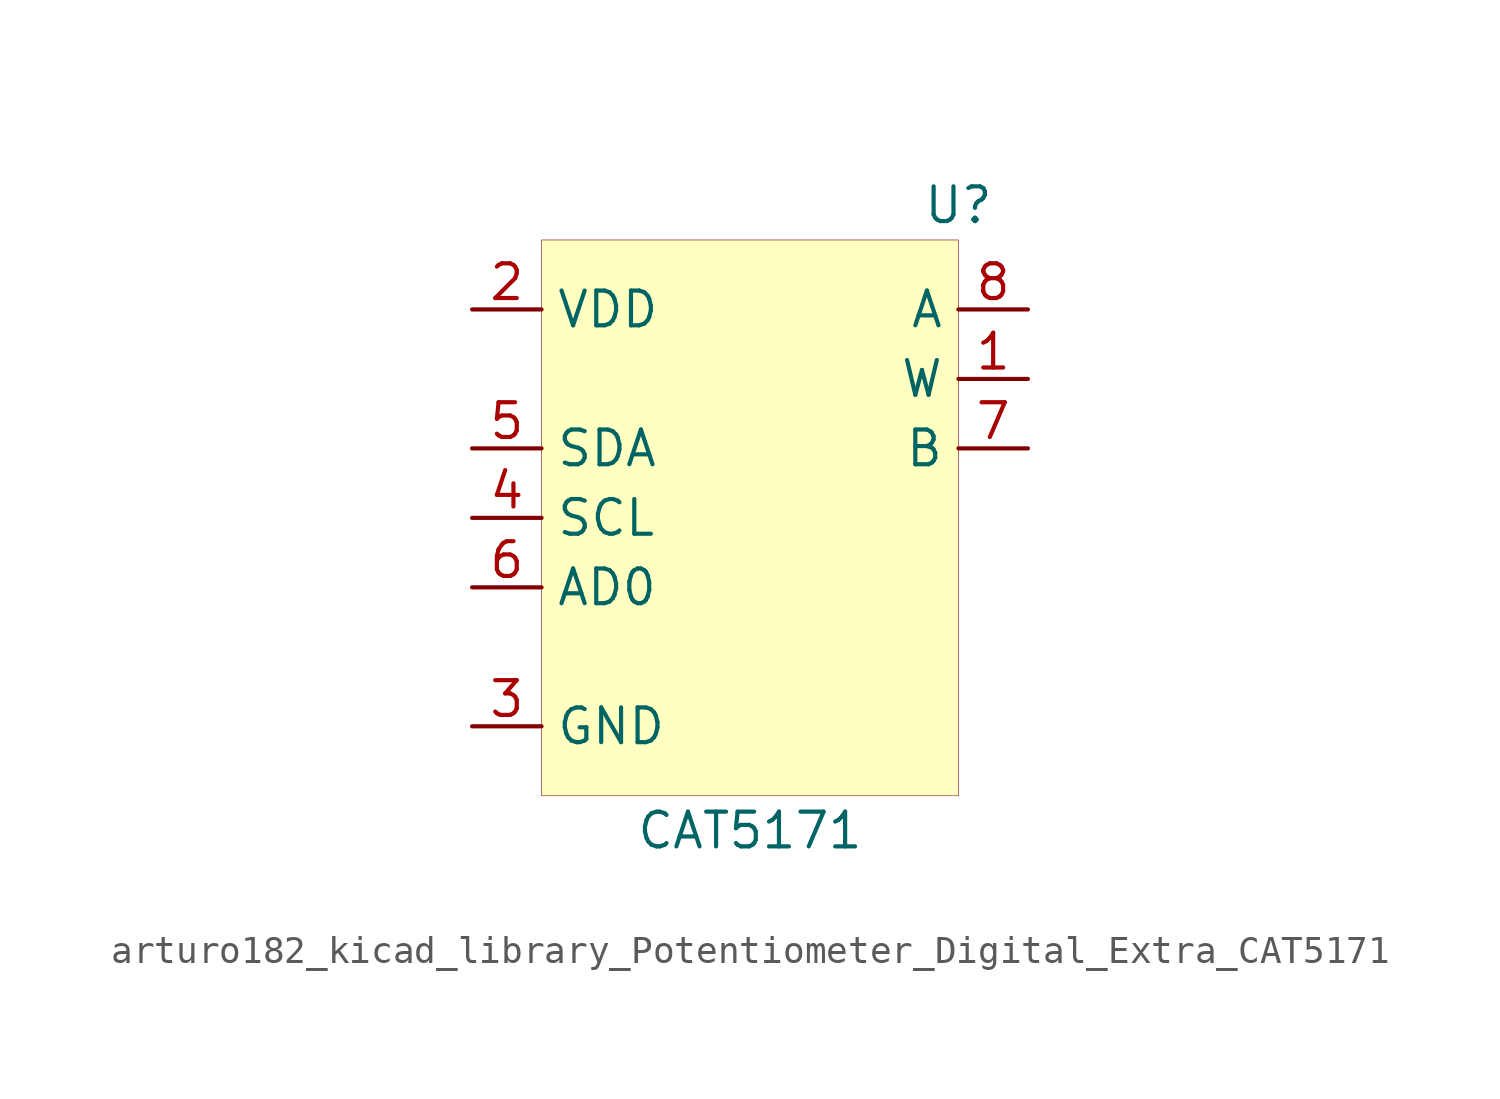
<source format=kicad_sym>
(kicad_symbol_lib
  (version 20220914)
  (generator kicad_symbol_editor)
  (symbol "Potentiometer_Digital_Extra:arturo182_kicad_library_Potentiometer_Digital_Extra_CAT5171"
    (property "Reference" "U"
      (at 7.62 11.43 0)
      (effects (font (size 1.27 1.27))))
    (property "Value" "CAT5171"
      (at 0 -11.43 0)
      (effects (font (size 1.27 1.27))))
    (symbol "arturo182_kicad_library_Potentiometer_Digital_Extra_CAT5171_0_1"
      (rectangle (start -7.62 10.16) (end 7.62 -10.16) (stroke (width 0.001)) (fill (type background))))
    (symbol "arturo182_kicad_library_Potentiometer_Digital_Extra_CAT5171_0_0"
      (pin passive line (at 10.16 5.08 180) (length 2.54) (name "W" (effects (font (size 1.27 1.27)))) (number "1" (effects (font (size 1.27 1.27)))))
      (pin power_in line (at -10.16 7.62 0) (length 2.54) (name "VDD" (effects (font (size 1.27 1.27)))) (number "2" (effects (font (size 1.27 1.27)))))
      (pin power_in line (at -10.16 -7.62 0) (length 2.54) (name "GND" (effects (font (size 1.27 1.27)))) (number "3" (effects (font (size 1.27 1.27)))))
      (pin input line (at -10.16 0 0) (length 2.54) (name "SCL" (effects (font (size 1.27 1.27)))) (number "4" (effects (font (size 1.27 1.27)))))
      (pin bidirectional line (at -10.16 2.54 0) (length 2.54) (name "SDA" (effects (font (size 1.27 1.27)))) (number "5" (effects (font (size 1.27 1.27)))))
      (pin input line (at -10.16 -2.54 0) (length 2.54) (name "AD0" (effects (font (size 1.27 1.27)))) (number "6" (effects (font (size 1.27 1.27)))))
      (pin passive line (at 10.16 2.54 180) (length 2.54) (name "B" (effects (font (size 1.27 1.27)))) (number "7" (effects (font (size 1.27 1.27)))))
      (pin passive line (at 10.16 7.62 180) (length 2.54) (name "A" (effects (font (size 1.27 1.27)))) (number "8" (effects (font (size 1.27 1.27))))))))
</source>
